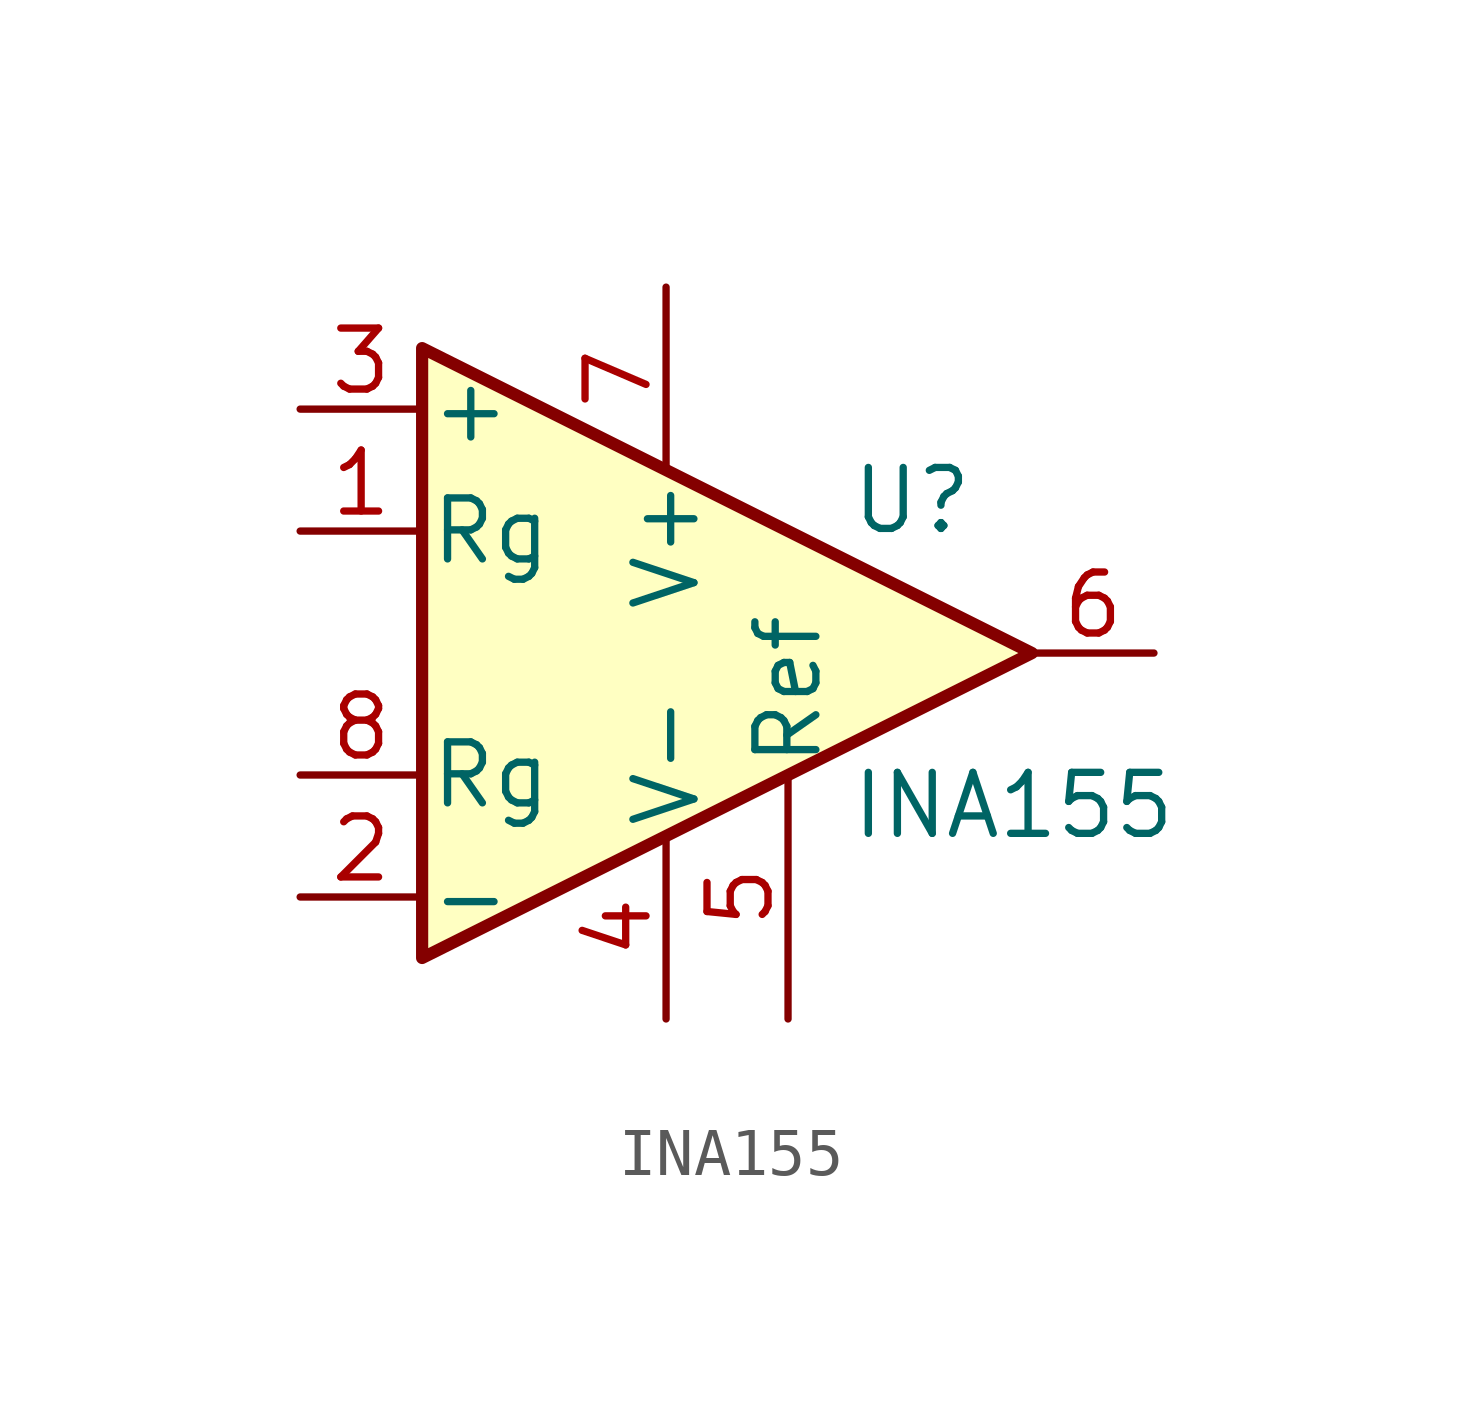
<source format=kicad_sym>
(kicad_symbol_lib
  (version 20211014)
  (generator kicad_symbol_editor)
  (symbol "INA155"
    (pin_names
      (offset 0.127))
    (property "Reference" "U"
      (at 3.81 3.175 0)
      (effects (font (size 1.27 1.27)) (justify left)))
    (property "Value" "INA155"
      (at 3.81 -3.175 0)
      (effects (font (size 1.27 1.27)) (justify left)))
    (symbol "INA155_0_1"
      (polyline (pts (xy 7.62 0) (xy -5.08 6.35) (xy -5.08 -6.35) (xy 7.62 0)) (stroke (width 0.254) (type default) (color 0 0 0 0)) (fill (type background))))
    (symbol "INA155_1_1"
      (pin passive line (at -7.62 2.54 0) (length 2.54) (name "Rg" (effects (font (size 1.27 1.27)))) (number "1" (effects (font (size 1.27 1.27)))))
      (pin input line (at -7.62 -5.08 0) (length 2.54) (name "-" (effects (font (size 1.27 1.27)))) (number "2" (effects (font (size 1.27 1.27)))))
      (pin input line (at -7.62 5.08 0) (length 2.54) (name "+" (effects (font (size 1.27 1.27)))) (number "3" (effects (font (size 1.27 1.27)))))
      (pin power_in line (at 0 -7.62 90) (length 3.81) (name "V-" (effects (font (size 1.27 1.27)))) (number "4" (effects (font (size 1.27 1.27)))))
      (pin input line (at 2.54 -7.62 90) (length 5.08) (name "Ref" (effects (font (size 1.27 1.27)))) (number "5" (effects (font (size 1.27 1.27)))))
      (pin output line (at 10.16 0 180) (length 2.54) (name "~" (effects (font (size 1.27 1.27)))) (number "6" (effects (font (size 1.27 1.27)))))
      (pin power_in line (at 0 7.62 270) (length 3.81) (name "V+" (effects (font (size 1.27 1.27)))) (number "7" (effects (font (size 1.27 1.27)))))
      (pin passive line (at -7.62 -2.54 0) (length 2.54) (name "Rg" (effects (font (size 1.27 1.27)))) (number "8" (effects (font (size 1.27 1.27))))))))
</source>
